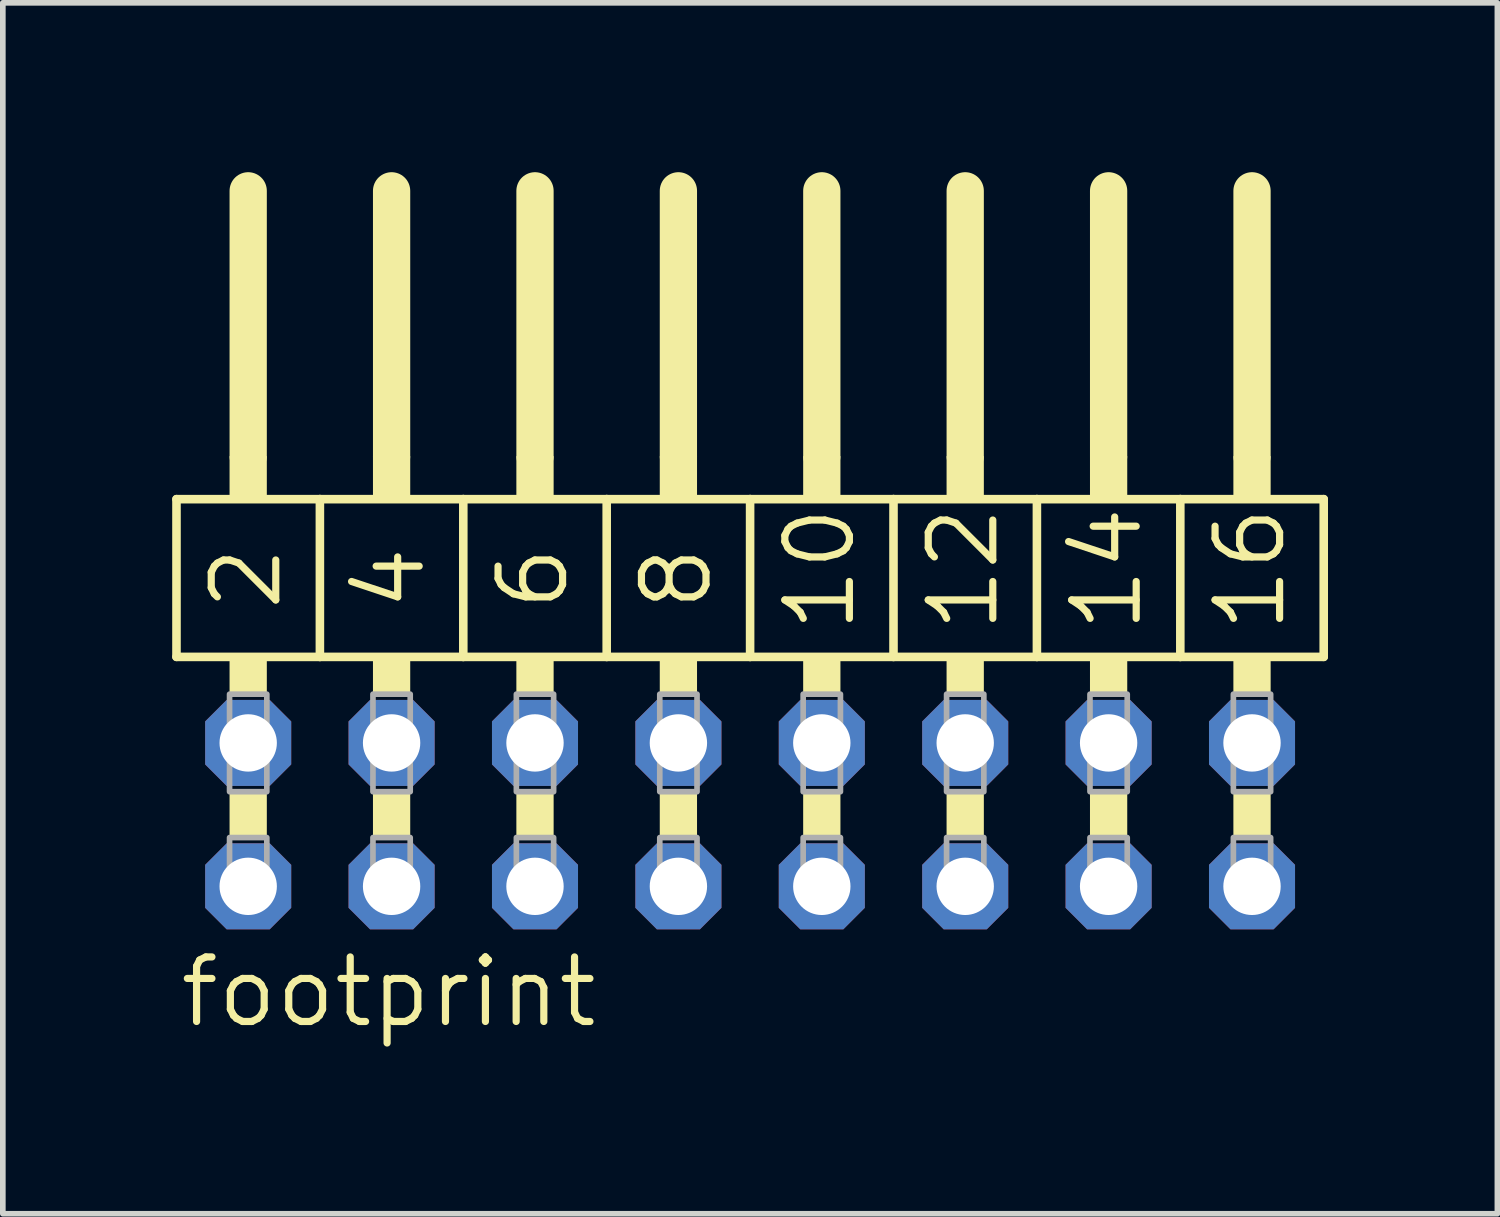
<source format=kicad_pcb>
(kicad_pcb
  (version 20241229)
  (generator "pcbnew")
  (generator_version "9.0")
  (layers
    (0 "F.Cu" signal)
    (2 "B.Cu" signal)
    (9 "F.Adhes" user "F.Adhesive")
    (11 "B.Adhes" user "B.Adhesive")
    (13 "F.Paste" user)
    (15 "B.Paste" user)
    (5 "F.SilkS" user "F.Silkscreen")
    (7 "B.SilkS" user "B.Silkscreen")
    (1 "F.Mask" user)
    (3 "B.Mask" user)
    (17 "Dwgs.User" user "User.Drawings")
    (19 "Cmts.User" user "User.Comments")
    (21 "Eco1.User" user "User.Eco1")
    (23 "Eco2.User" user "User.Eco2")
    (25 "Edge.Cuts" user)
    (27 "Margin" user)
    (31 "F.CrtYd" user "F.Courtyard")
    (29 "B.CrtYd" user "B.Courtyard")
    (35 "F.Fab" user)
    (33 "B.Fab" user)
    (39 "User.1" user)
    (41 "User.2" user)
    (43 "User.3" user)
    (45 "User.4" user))
  (footprint "footprint"
    (layer "F.Cu")
    (at 10.236 11.379)
    (property "Reference" "footprint" (at -10.16 3.81 0) (layer "F.SilkS") (effects (font (size 1.143 1.143) (thickness 0.127)) (justify left bottom)))
    (fp_line (start -10.16 -5.588) (end -7.62 -5.588) (stroke (width 0.152) (type solid)) (layer "F.SilkS"))
    (fp_line (start -10.16 -2.794) (end -10.16 -5.588) (stroke (width 0.152) (type solid)) (layer "F.SilkS"))
    (fp_line (start -8.89 -6.35) (end -8.89 -11.049) (stroke (width 0.66) (type solid)) (layer "F.SilkS"))
    (fp_line (start -7.62 -5.588) (end -5.08 -5.588) (stroke (width 0.152) (type solid)) (layer "F.SilkS"))
    (fp_line (start -7.62 -2.794) (end -10.16 -2.794) (stroke (width 0.152) (type solid)) (layer "F.SilkS"))
    (fp_line (start -7.62 -2.794) (end -7.62 -5.588) (stroke (width 0.152) (type solid)) (layer "F.SilkS"))
    (fp_line (start -7.62 -2.794) (end -5.08 -2.794) (stroke (width 0.152) (type solid)) (layer "F.SilkS"))
    (fp_line (start -6.35 -6.35) (end -6.35 -11.049) (stroke (width 0.66) (type solid)) (layer "F.SilkS"))
    (fp_line (start -5.08 -5.588) (end -2.54 -5.588) (stroke (width 0.152) (type solid)) (layer "F.SilkS"))
    (fp_line (start -5.08 -2.794) (end -5.08 -5.588) (stroke (width 0.152) (type solid)) (layer "F.SilkS"))
    (fp_line (start -3.81 -6.35) (end -3.81 -11.049) (stroke (width 0.66) (type solid)) (layer "F.SilkS"))
    (fp_line (start -2.54 -5.588) (end 0 -5.588) (stroke (width 0.152) (type solid)) (layer "F.SilkS"))
    (fp_line (start -2.54 -2.794) (end -5.08 -2.794) (stroke (width 0.152) (type solid)) (layer "F.SilkS"))
    (fp_line (start -2.54 -2.794) (end -2.54 -5.588) (stroke (width 0.152) (type solid)) (layer "F.SilkS"))
    (fp_line (start -1.27 -6.35) (end -1.27 -11.049) (stroke (width 0.66) (type solid)) (layer "F.SilkS"))
    (fp_line (start 0 -5.588) (end 2.54 -5.588) (stroke (width 0.152) (type solid)) (layer "F.SilkS"))
    (fp_line (start 0 -2.794) (end -2.54 -2.794) (stroke (width 0.152) (type solid)) (layer "F.SilkS"))
    (fp_line (start 0 -2.794) (end 0 -5.588) (stroke (width 0.152) (type solid)) (layer "F.SilkS"))
    (fp_line (start 1.27 -6.35) (end 1.27 -11.049) (stroke (width 0.66) (type solid)) (layer "F.SilkS"))
    (fp_line (start 2.54 -5.588) (end 5.08 -5.588) (stroke (width 0.152) (type solid)) (layer "F.SilkS"))
    (fp_line (start 2.54 -2.794) (end 0 -2.794) (stroke (width 0.152) (type solid)) (layer "F.SilkS"))
    (fp_line (start 2.54 -2.794) (end 2.54 -5.588) (stroke (width 0.152) (type solid)) (layer "F.SilkS"))
    (fp_line (start 3.81 -6.35) (end 3.81 -11.049) (stroke (width 0.66) (type solid)) (layer "F.SilkS"))
    (fp_line (start 5.08 -5.588) (end 7.62 -5.588) (stroke (width 0.152) (type solid)) (layer "F.SilkS"))
    (fp_line (start 5.08 -2.794) (end 2.54 -2.794) (stroke (width 0.152) (type solid)) (layer "F.SilkS"))
    (fp_line (start 5.08 -2.794) (end 5.08 -5.588) (stroke (width 0.152) (type solid)) (layer "F.SilkS"))
    (fp_line (start 5.08 -2.794) (end 7.62 -2.794) (stroke (width 0.152) (type solid)) (layer "F.SilkS"))
    (fp_line (start 6.35 -6.35) (end 6.35 -11.049) (stroke (width 0.66) (type solid)) (layer "F.SilkS"))
    (fp_line (start 7.62 -5.588) (end 10.16 -5.588) (stroke (width 0.152) (type solid)) (layer "F.SilkS"))
    (fp_line (start 7.62 -2.794) (end 7.62 -5.588) (stroke (width 0.152) (type solid)) (layer "F.SilkS"))
    (fp_line (start 8.89 -6.35) (end 8.89 -11.049) (stroke (width 0.66) (type solid)) (layer "F.SilkS"))
    (fp_line (start 10.16 -2.794) (end 7.62 -2.794) (stroke (width 0.152) (type solid)) (layer "F.SilkS"))
    (fp_line (start 10.16 -2.794) (end 10.16 -5.588) (stroke (width 0.152) (type solid)) (layer "F.SilkS"))
    (fp_poly (pts (xy -9.22 -5.588) (xy -8.56 -5.588) (xy -8.56 -6.35) (xy -9.22 -6.35)) (stroke (width 0) (type solid)) (fill yes) (layer "F.SilkS"))
    (fp_poly (pts (xy -9.22 -2.134) (xy -8.56 -2.134) (xy -8.56 -2.794) (xy -9.22 -2.794)) (stroke (width 0) (type solid)) (fill yes) (layer "F.SilkS"))
    (fp_poly (pts (xy -9.22 0.406) (xy -8.56 0.406) (xy -8.56 -0.406) (xy -9.22 -0.406)) (stroke (width 0) (type solid)) (fill yes) (layer "F.SilkS"))
    (fp_poly (pts (xy -6.68 -5.588) (xy -6.02 -5.588) (xy -6.02 -6.35) (xy -6.68 -6.35)) (stroke (width 0) (type solid)) (fill yes) (layer "F.SilkS"))
    (fp_poly (pts (xy -6.68 -2.134) (xy -6.02 -2.134) (xy -6.02 -2.794) (xy -6.68 -2.794)) (stroke (width 0) (type solid)) (fill yes) (layer "F.SilkS"))
    (fp_poly (pts (xy -6.68 0.406) (xy -6.02 0.406) (xy -6.02 -0.406) (xy -6.68 -0.406)) (stroke (width 0) (type solid)) (fill yes) (layer "F.SilkS"))
    (fp_poly (pts (xy -4.14 -5.588) (xy -3.48 -5.588) (xy -3.48 -6.35) (xy -4.14 -6.35)) (stroke (width 0) (type solid)) (fill yes) (layer "F.SilkS"))
    (fp_poly (pts (xy -4.14 -2.134) (xy -3.48 -2.134) (xy -3.48 -2.794) (xy -4.14 -2.794)) (stroke (width 0) (type solid)) (fill yes) (layer "F.SilkS"))
    (fp_poly (pts (xy -4.14 0.406) (xy -3.48 0.406) (xy -3.48 -0.406) (xy -4.14 -0.406)) (stroke (width 0) (type solid)) (fill yes) (layer "F.SilkS"))
    (fp_poly (pts (xy -1.6 -5.588) (xy -0.94 -5.588) (xy -0.94 -6.35) (xy -1.6 -6.35)) (stroke (width 0) (type solid)) (fill yes) (layer "F.SilkS"))
    (fp_poly (pts (xy -1.6 -2.134) (xy -0.94 -2.134) (xy -0.94 -2.794) (xy -1.6 -2.794)) (stroke (width 0) (type solid)) (fill yes) (layer "F.SilkS"))
    (fp_poly (pts (xy -1.6 0.406) (xy -0.94 0.406) (xy -0.94 -0.406) (xy -1.6 -0.406)) (stroke (width 0) (type solid)) (fill yes) (layer "F.SilkS"))
    (fp_poly (pts (xy 0.94 -5.588) (xy 1.6 -5.588) (xy 1.6 -6.35) (xy 0.94 -6.35)) (stroke (width 0) (type solid)) (fill yes) (layer "F.SilkS"))
    (fp_poly (pts (xy 0.94 -2.134) (xy 1.6 -2.134) (xy 1.6 -2.794) (xy 0.94 -2.794)) (stroke (width 0) (type solid)) (fill yes) (layer "F.SilkS"))
    (fp_poly (pts (xy 0.94 0.406) (xy 1.6 0.406) (xy 1.6 -0.406) (xy 0.94 -0.406)) (stroke (width 0) (type solid)) (fill yes) (layer "F.SilkS"))
    (fp_poly (pts (xy 3.48 -5.588) (xy 4.14 -5.588) (xy 4.14 -6.35) (xy 3.48 -6.35)) (stroke (width 0) (type solid)) (fill yes) (layer "F.SilkS"))
    (fp_poly (pts (xy 3.48 -2.134) (xy 4.14 -2.134) (xy 4.14 -2.794) (xy 3.48 -2.794)) (stroke (width 0) (type solid)) (fill yes) (layer "F.SilkS"))
    (fp_poly (pts (xy 3.48 0.406) (xy 4.14 0.406) (xy 4.14 -0.406) (xy 3.48 -0.406)) (stroke (width 0) (type solid)) (fill yes) (layer "F.SilkS"))
    (fp_poly (pts (xy 6.02 -5.588) (xy 6.68 -5.588) (xy 6.68 -6.35) (xy 6.02 -6.35)) (stroke (width 0) (type solid)) (fill yes) (layer "F.SilkS"))
    (fp_poly (pts (xy 6.02 -2.134) (xy 6.68 -2.134) (xy 6.68 -2.794) (xy 6.02 -2.794)) (stroke (width 0) (type solid)) (fill yes) (layer "F.SilkS"))
    (fp_poly (pts (xy 6.02 0.406) (xy 6.68 0.406) (xy 6.68 -0.406) (xy 6.02 -0.406)) (stroke (width 0) (type solid)) (fill yes) (layer "F.SilkS"))
    (fp_poly (pts (xy 8.56 -5.588) (xy 9.22 -5.588) (xy 9.22 -6.35) (xy 8.56 -6.35)) (stroke (width 0) (type solid)) (fill yes) (layer "F.SilkS"))
    (fp_poly (pts (xy 8.56 -2.134) (xy 9.22 -2.134) (xy 9.22 -2.794) (xy 8.56 -2.794)) (stroke (width 0) (type solid)) (fill yes) (layer "F.SilkS"))
    (fp_poly (pts (xy 8.56 0.406) (xy 9.22 0.406) (xy 9.22 -0.406) (xy 8.56 -0.406)) (stroke (width 0) (type solid)) (fill yes) (layer "F.SilkS"))
    (fp_poly (pts (xy -9.22 -0.406) (xy -8.56 -0.406) (xy -8.56 -2.134) (xy -9.22 -2.134)) (stroke (width 0.1) (type solid)) (fill no) (layer "F.Fab"))
    (fp_poly (pts (xy -9.22 1.575) (xy -8.56 1.575) (xy -8.56 0.406) (xy -9.22 0.406)) (stroke (width 0.1) (type solid)) (fill no) (layer "F.Fab"))
    (fp_poly (pts (xy -6.68 -0.406) (xy -6.02 -0.406) (xy -6.02 -2.134) (xy -6.68 -2.134)) (stroke (width 0.1) (type solid)) (fill no) (layer "F.Fab"))
    (fp_poly (pts (xy -6.68 1.575) (xy -6.02 1.575) (xy -6.02 0.406) (xy -6.68 0.406)) (stroke (width 0.1) (type solid)) (fill no) (layer "F.Fab"))
    (fp_poly (pts (xy -4.14 -0.406) (xy -3.48 -0.406) (xy -3.48 -2.134) (xy -4.14 -2.134)) (stroke (width 0.1) (type solid)) (fill no) (layer "F.Fab"))
    (fp_poly (pts (xy -4.14 1.575) (xy -3.48 1.575) (xy -3.48 0.406) (xy -4.14 0.406)) (stroke (width 0.1) (type solid)) (fill no) (layer "F.Fab"))
    (fp_poly (pts (xy -1.6 -0.406) (xy -0.94 -0.406) (xy -0.94 -2.134) (xy -1.6 -2.134)) (stroke (width 0.1) (type solid)) (fill no) (layer "F.Fab"))
    (fp_poly (pts (xy -1.6 1.575) (xy -0.94 1.575) (xy -0.94 0.406) (xy -1.6 0.406)) (stroke (width 0.1) (type solid)) (fill no) (layer "F.Fab"))
    (fp_poly (pts (xy 0.94 -0.406) (xy 1.6 -0.406) (xy 1.6 -2.134) (xy 0.94 -2.134)) (stroke (width 0.1) (type solid)) (fill no) (layer "F.Fab"))
    (fp_poly (pts (xy 0.94 1.575) (xy 1.6 1.575) (xy 1.6 0.406) (xy 0.94 0.406)) (stroke (width 0.1) (type solid)) (fill no) (layer "F.Fab"))
    (fp_poly (pts (xy 3.48 -0.406) (xy 4.14 -0.406) (xy 4.14 -2.134) (xy 3.48 -2.134)) (stroke (width 0.1) (type solid)) (fill no) (layer "F.Fab"))
    (fp_poly (pts (xy 3.48 1.575) (xy 4.14 1.575) (xy 4.14 0.406) (xy 3.48 0.406)) (stroke (width 0.1) (type solid)) (fill no) (layer "F.Fab"))
    (fp_poly (pts (xy 6.02 -0.406) (xy 6.68 -0.406) (xy 6.68 -2.134) (xy 6.02 -2.134)) (stroke (width 0.1) (type solid)) (fill no) (layer "F.Fab"))
    (fp_poly (pts (xy 6.02 1.575) (xy 6.68 1.575) (xy 6.68 0.406) (xy 6.02 0.406)) (stroke (width 0.1) (type solid)) (fill no) (layer "F.Fab"))
    (fp_poly (pts (xy 8.56 -0.406) (xy 9.22 -0.406) (xy 9.22 -2.134) (xy 8.56 -2.134)) (stroke (width 0.1) (type solid)) (fill no) (layer "F.Fab"))
    (fp_poly (pts (xy 8.56 1.575) (xy 9.22 1.575) (xy 9.22 0.406) (xy 8.56 0.406)) (stroke (width 0.1) (type solid)) (fill no) (layer "F.Fab"))
    (fp_text user "2" (at -8.255 -3.556 90) (layer "F.SilkS") (effects (font (size 1.143 1.143) (thickness 0.127)) (justify left bottom)))
    (fp_text user "16" (at 9.525 -3.175 90) (layer "F.SilkS") (effects (font (size 1.143 1.143) (thickness 0.127)) (justify left bottom)))
    (fp_text user "8" (at -0.635 -3.556 90) (layer "F.SilkS") (effects (font (size 1.143 1.143) (thickness 0.127)) (justify left bottom)))
    (fp_text user "12" (at 4.445 -3.175 90) (layer "F.SilkS") (effects (font (size 1.143 1.143) (thickness 0.127)) (justify left bottom)))
    (fp_text user "14" (at 6.985 -3.175 90) (layer "F.SilkS") (effects (font (size 1.143 1.143) (thickness 0.127)) (justify left bottom)))
    (fp_text user "4" (at -5.715 -3.556 90) (layer "F.SilkS") (effects (font (size 1.143 1.143) (thickness 0.127)) (justify left bottom)))
    (fp_text user "6" (at -3.175 -3.556 90) (layer "F.SilkS") (effects (font (size 1.143 1.143) (thickness 0.127)) (justify left bottom)))
    (fp_text user "10" (at 1.905 -3.175 90) (layer "F.SilkS") (effects (font (size 1.143 1.143) (thickness 0.127)) (justify left bottom)))
    (pad "1" thru_hole roundrect (at -8.89 1.27) (size 1.524 1.524) (drill 1.016) (layers "*.Cu" "*.Mask") (roundrect_rratio 0.25) (chamfer_ratio 0.25) (chamfer top_left top_right bottom_left bottom_right))
    (pad "2" thru_hole roundrect (at -8.89 -1.27) (size 1.524 1.524) (drill 1.016) (layers "*.Cu" "*.Mask") (roundrect_rratio 0.25) (chamfer_ratio 0.25) (chamfer top_left top_right bottom_left bottom_right))
    (pad "3" thru_hole roundrect (at -6.35 1.27) (size 1.524 1.524) (drill 1.016) (layers "*.Cu" "*.Mask") (roundrect_rratio 0.25) (chamfer_ratio 0.25) (chamfer top_left top_right bottom_left bottom_right))
    (pad "4" thru_hole roundrect (at -6.35 -1.27) (size 1.524 1.524) (drill 1.016) (layers "*.Cu" "*.Mask") (roundrect_rratio 0.25) (chamfer_ratio 0.25) (chamfer top_left top_right bottom_left bottom_right))
    (pad "5" thru_hole roundrect (at -3.81 1.27) (size 1.524 1.524) (drill 1.016) (layers "*.Cu" "*.Mask") (roundrect_rratio 0.25) (chamfer_ratio 0.25) (chamfer top_left top_right bottom_left bottom_right))
    (pad "6" thru_hole roundrect (at -3.81 -1.27) (size 1.524 1.524) (drill 1.016) (layers "*.Cu" "*.Mask") (roundrect_rratio 0.25) (chamfer_ratio 0.25) (chamfer top_left top_right bottom_left bottom_right))
    (pad "7" thru_hole roundrect (at -1.27 1.27) (size 1.524 1.524) (drill 1.016) (layers "*.Cu" "*.Mask") (roundrect_rratio 0.25) (chamfer_ratio 0.25) (chamfer top_left top_right bottom_left bottom_right))
    (pad "8" thru_hole roundrect (at -1.27 -1.27) (size 1.524 1.524) (drill 1.016) (layers "*.Cu" "*.Mask") (roundrect_rratio 0.25) (chamfer_ratio 0.25) (chamfer top_left top_right bottom_left bottom_right))
    (pad "9" thru_hole roundrect (at 1.27 1.27) (size 1.524 1.524) (drill 1.016) (layers "*.Cu" "*.Mask") (roundrect_rratio 0.25) (chamfer_ratio 0.25) (chamfer top_left top_right bottom_left bottom_right))
    (pad "10" thru_hole roundrect (at 1.27 -1.27) (size 1.524 1.524) (drill 1.016) (layers "*.Cu" "*.Mask") (roundrect_rratio 0.25) (chamfer_ratio 0.25) (chamfer top_left top_right bottom_left bottom_right))
    (pad "11" thru_hole roundrect (at 3.81 1.27) (size 1.524 1.524) (drill 1.016) (layers "*.Cu" "*.Mask") (roundrect_rratio 0.25) (chamfer_ratio 0.25) (chamfer top_left top_right bottom_left bottom_right))
    (pad "12" thru_hole roundrect (at 3.81 -1.27) (size 1.524 1.524) (drill 1.016) (layers "*.Cu" "*.Mask") (roundrect_rratio 0.25) (chamfer_ratio 0.25) (chamfer top_left top_right bottom_left bottom_right))
    (pad "13" thru_hole roundrect (at 6.35 1.27) (size 1.524 1.524) (drill 1.016) (layers "*.Cu" "*.Mask") (roundrect_rratio 0.25) (chamfer_ratio 0.25) (chamfer top_left top_right bottom_left bottom_right))
    (pad "14" thru_hole roundrect (at 6.35 -1.27) (size 1.524 1.524) (drill 1.016) (layers "*.Cu" "*.Mask") (roundrect_rratio 0.25) (chamfer_ratio 0.25) (chamfer top_left top_right bottom_left bottom_right))
    (pad "15" thru_hole roundrect (at 8.89 1.27) (size 1.524 1.524) (drill 1.016) (layers "*.Cu" "*.Mask") (roundrect_rratio 0.25) (chamfer_ratio 0.25) (chamfer top_left top_right bottom_left bottom_right))
    (pad "16" thru_hole roundrect (at 8.89 -1.27) (size 1.524 1.524) (drill 1.016) (layers "*.Cu" "*.Mask") (roundrect_rratio 0.25) (chamfer_ratio 0.25) (chamfer top_left top_right bottom_left bottom_right)))
  (gr_rect
    (start -3 -3)
    (end 23.472 18.448)
    (stroke (width 0.1) (type default))
    (fill no)
    (layer "Edge.Cuts")))
</source>
